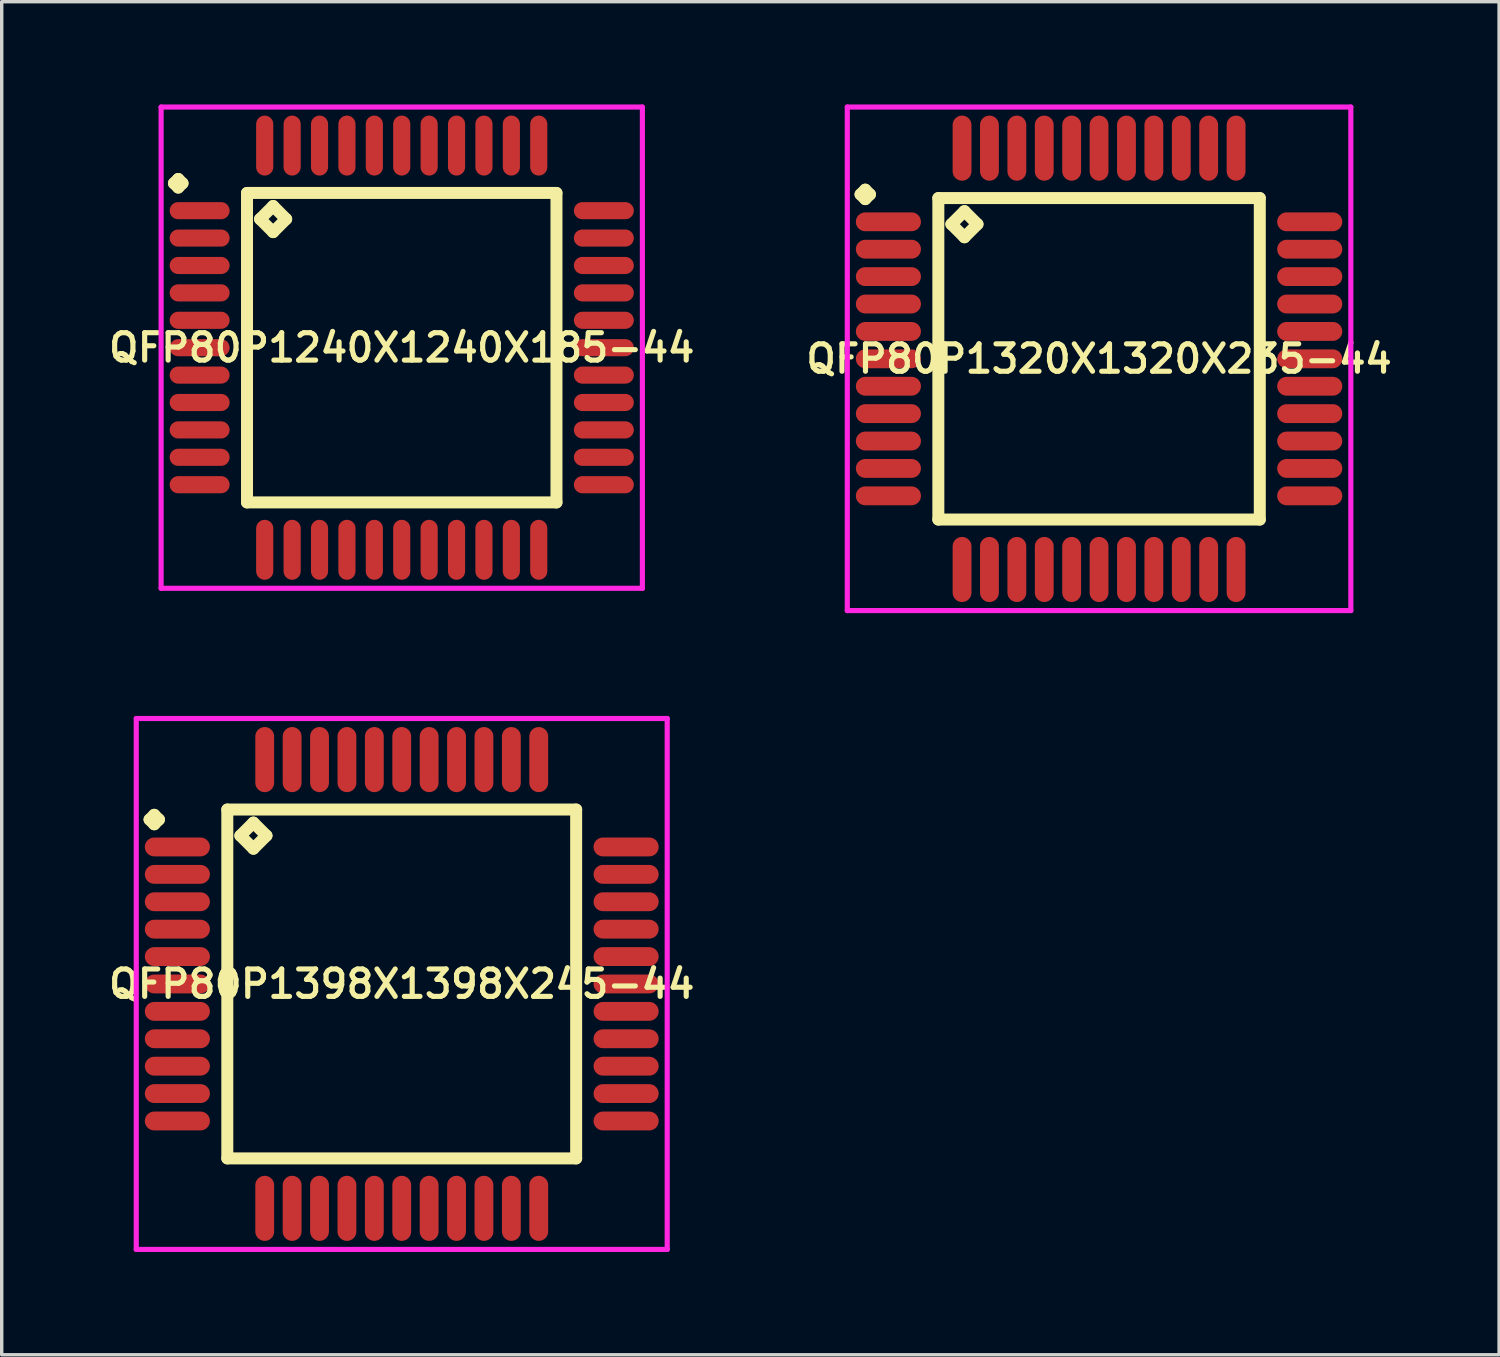
<source format=kicad_pcb>
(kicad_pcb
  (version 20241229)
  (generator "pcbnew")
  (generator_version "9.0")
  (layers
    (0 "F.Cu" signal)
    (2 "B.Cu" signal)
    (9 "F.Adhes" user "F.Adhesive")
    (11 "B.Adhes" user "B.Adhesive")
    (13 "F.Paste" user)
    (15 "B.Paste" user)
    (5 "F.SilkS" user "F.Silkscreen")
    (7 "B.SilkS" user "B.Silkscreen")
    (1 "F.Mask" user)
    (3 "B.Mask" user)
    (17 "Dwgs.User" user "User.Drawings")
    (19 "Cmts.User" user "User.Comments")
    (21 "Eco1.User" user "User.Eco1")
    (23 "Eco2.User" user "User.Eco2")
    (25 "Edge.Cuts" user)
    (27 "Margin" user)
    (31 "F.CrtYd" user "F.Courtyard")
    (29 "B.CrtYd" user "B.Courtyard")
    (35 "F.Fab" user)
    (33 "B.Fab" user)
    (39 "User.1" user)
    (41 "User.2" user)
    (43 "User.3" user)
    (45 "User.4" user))
  (footprint "QFP80P1320X1320X235-44"
    (layer "F.Cu")
    (at 29.035 7.425)
    (property "Reference" "QFP80P1320X1320X235-44" (at 0 0 0) (layer "F.SilkS") (effects (font (size 0.8 0.8) (thickness 0.15))))
    (attr smd)
    (fp_line (start -6.963 -4.8) (end -6.825 -4.938) (stroke (width 0.35) (type solid)) (layer "F.SilkS"))
    (fp_line (start -6.825 -4.938) (end -6.688 -4.8) (stroke (width 0.35) (type solid)) (layer "F.SilkS"))
    (fp_line (start -6.825 -4.662) (end -6.963 -4.8) (stroke (width 0.35) (type solid)) (layer "F.SilkS"))
    (fp_line (start -6.688 -4.8) (end -6.825 -4.662) (stroke (width 0.35) (type solid)) (layer "F.SilkS"))
    (fp_line (start -4.692 -4.692) (end -4.692 4.692) (stroke (width 0.35) (type solid)) (layer "F.SilkS"))
    (fp_line (start -4.692 4.692) (end 4.692 4.692) (stroke (width 0.35) (type solid)) (layer "F.SilkS"))
    (fp_line (start -4.311 -3.93) (end -3.93 -4.311) (stroke (width 0.35) (type solid)) (layer "F.SilkS"))
    (fp_line (start -3.93 -4.311) (end -3.549 -3.93) (stroke (width 0.35) (type solid)) (layer "F.SilkS"))
    (fp_line (start -3.93 -3.549) (end -4.311 -3.93) (stroke (width 0.35) (type solid)) (layer "F.SilkS"))
    (fp_line (start -3.549 -3.93) (end -3.93 -3.549) (stroke (width 0.35) (type solid)) (layer "F.SilkS"))
    (fp_line (start 4.692 -4.692) (end -4.692 -4.692) (stroke (width 0.35) (type solid)) (layer "F.SilkS"))
    (fp_line (start 4.692 4.692) (end 4.692 -4.692) (stroke (width 0.35) (type solid)) (layer "F.SilkS"))
    (fp_line (start -7.35 -7.35) (end 7.35 -7.35) (stroke (width 0.15) (type solid)) (layer "F.CrtYd"))
    (fp_line (start -7.35 7.35) (end -7.35 -7.35) (stroke (width 0.15) (type solid)) (layer "F.CrtYd"))
    (fp_line (start 7.35 -7.35) (end 7.35 7.35) (stroke (width 0.15) (type solid)) (layer "F.CrtYd"))
    (fp_line (start 7.35 7.35) (end -7.35 7.35) (stroke (width 0.15) (type solid)) (layer "F.CrtYd"))
    (pad "1" smd oval (at -6.15 -4) (size 1.9 0.55) (layers "F.Cu" "F.Mask" "F.Paste"))
    (pad "2" smd oval (at -6.15 -3.2) (size 1.9 0.55) (layers "F.Cu" "F.Mask" "F.Paste"))
    (pad "3" smd oval (at -6.15 -2.4) (size 1.9 0.55) (layers "F.Cu" "F.Mask" "F.Paste"))
    (pad "4" smd oval (at -6.15 -1.6) (size 1.9 0.55) (layers "F.Cu" "F.Mask" "F.Paste"))
    (pad "5" smd oval (at -6.15 -0.8) (size 1.9 0.55) (layers "F.Cu" "F.Mask" "F.Paste"))
    (pad "6" smd oval (at -6.15 0) (size 1.9 0.55) (layers "F.Cu" "F.Mask" "F.Paste"))
    (pad "7" smd oval (at -6.15 0.8) (size 1.9 0.55) (layers "F.Cu" "F.Mask" "F.Paste"))
    (pad "8" smd oval (at -6.15 1.6) (size 1.9 0.55) (layers "F.Cu" "F.Mask" "F.Paste"))
    (pad "9" smd oval (at -6.15 2.4) (size 1.9 0.55) (layers "F.Cu" "F.Mask" "F.Paste"))
    (pad "10" smd oval (at -6.15 3.2) (size 1.9 0.55) (layers "F.Cu" "F.Mask" "F.Paste"))
    (pad "11" smd oval (at -6.15 4) (size 1.9 0.55) (layers "F.Cu" "F.Mask" "F.Paste"))
    (pad "12" smd oval (at -4 6.15) (size 0.55 1.9) (layers "F.Cu" "F.Mask" "F.Paste"))
    (pad "13" smd oval (at -3.2 6.15) (size 0.55 1.9) (layers "F.Cu" "F.Mask" "F.Paste"))
    (pad "14" smd oval (at -2.4 6.15) (size 0.55 1.9) (layers "F.Cu" "F.Mask" "F.Paste"))
    (pad "15" smd oval (at -1.6 6.15) (size 0.55 1.9) (layers "F.Cu" "F.Mask" "F.Paste"))
    (pad "16" smd oval (at -0.8 6.15) (size 0.55 1.9) (layers "F.Cu" "F.Mask" "F.Paste"))
    (pad "17" smd oval (at 0 6.15) (size 0.55 1.9) (layers "F.Cu" "F.Mask" "F.Paste"))
    (pad "18" smd oval (at 0.8 6.15) (size 0.55 1.9) (layers "F.Cu" "F.Mask" "F.Paste"))
    (pad "19" smd oval (at 1.6 6.15) (size 0.55 1.9) (layers "F.Cu" "F.Mask" "F.Paste"))
    (pad "20" smd oval (at 2.4 6.15) (size 0.55 1.9) (layers "F.Cu" "F.Mask" "F.Paste"))
    (pad "21" smd oval (at 3.2 6.15) (size 0.55 1.9) (layers "F.Cu" "F.Mask" "F.Paste"))
    (pad "22" smd oval (at 4 6.15) (size 0.55 1.9) (layers "F.Cu" "F.Mask" "F.Paste"))
    (pad "23" smd oval (at 6.15 4) (size 1.9 0.55) (layers "F.Cu" "F.Mask" "F.Paste"))
    (pad "24" smd oval (at 6.15 3.2) (size 1.9 0.55) (layers "F.Cu" "F.Mask" "F.Paste"))
    (pad "25" smd oval (at 6.15 2.4) (size 1.9 0.55) (layers "F.Cu" "F.Mask" "F.Paste"))
    (pad "26" smd oval (at 6.15 1.6) (size 1.9 0.55) (layers "F.Cu" "F.Mask" "F.Paste"))
    (pad "27" smd oval (at 6.15 0.8) (size 1.9 0.55) (layers "F.Cu" "F.Mask" "F.Paste"))
    (pad "28" smd oval (at 6.15 0) (size 1.9 0.55) (layers "F.Cu" "F.Mask" "F.Paste"))
    (pad "29" smd oval (at 6.15 -0.8) (size 1.9 0.55) (layers "F.Cu" "F.Mask" "F.Paste"))
    (pad "30" smd oval (at 6.15 -1.6) (size 1.9 0.55) (layers "F.Cu" "F.Mask" "F.Paste"))
    (pad "31" smd oval (at 6.15 -2.4) (size 1.9 0.55) (layers "F.Cu" "F.Mask" "F.Paste"))
    (pad "32" smd oval (at 6.15 -3.2) (size 1.9 0.55) (layers "F.Cu" "F.Mask" "F.Paste"))
    (pad "33" smd oval (at 6.15 -4) (size 1.9 0.55) (layers "F.Cu" "F.Mask" "F.Paste"))
    (pad "34" smd oval (at 4 -6.15) (size 0.55 1.9) (layers "F.Cu" "F.Mask" "F.Paste"))
    (pad "35" smd oval (at 3.2 -6.15) (size 0.55 1.9) (layers "F.Cu" "F.Mask" "F.Paste"))
    (pad "36" smd oval (at 2.4 -6.15) (size 0.55 1.9) (layers "F.Cu" "F.Mask" "F.Paste"))
    (pad "37" smd oval (at 1.6 -6.15) (size 0.55 1.9) (layers "F.Cu" "F.Mask" "F.Paste"))
    (pad "38" smd oval (at 0.8 -6.15) (size 0.55 1.9) (layers "F.Cu" "F.Mask" "F.Paste"))
    (pad "39" smd oval (at 0 -6.15) (size 0.55 1.9) (layers "F.Cu" "F.Mask" "F.Paste"))
    (pad "40" smd oval (at -0.8 -6.15) (size 0.55 1.9) (layers "F.Cu" "F.Mask" "F.Paste"))
    (pad "41" smd oval (at -1.6 -6.15) (size 0.55 1.9) (layers "F.Cu" "F.Mask" "F.Paste"))
    (pad "42" smd oval (at -2.4 -6.15) (size 0.55 1.9) (layers "F.Cu" "F.Mask" "F.Paste"))
    (pad "43" smd oval (at -3.2 -6.15) (size 0.55 1.9) (layers "F.Cu" "F.Mask" "F.Paste"))
    (pad "44" smd oval (at -4 -6.15) (size 0.55 1.9) (layers "F.Cu" "F.Mask" "F.Paste")))
  (footprint "QFP80P1240X1240X185-44"
    (layer "F.Cu")
    (at 8.678 7.1)
    (property "Reference" "QFP80P1240X1240X185-44" (at 0 0 0) (layer "F.SilkS") (effects (font (size 0.8 0.8) (thickness 0.15))))
    (attr through_hole)
    (fp_line (start -6.65 -4.8) (end -6.525 -4.925) (stroke (width 0.35) (type solid)) (layer "F.SilkS"))
    (fp_line (start -6.525 -4.925) (end -6.4 -4.8) (stroke (width 0.35) (type solid)) (layer "F.SilkS"))
    (fp_line (start -6.525 -4.675) (end -6.65 -4.8) (stroke (width 0.35) (type solid)) (layer "F.SilkS"))
    (fp_line (start -6.4 -4.8) (end -6.525 -4.675) (stroke (width 0.35) (type solid)) (layer "F.SilkS"))
    (fp_line (start -4.517 -4.517) (end -4.517 4.517) (stroke (width 0.35) (type solid)) (layer "F.SilkS"))
    (fp_line (start -4.517 4.517) (end 4.517 4.517) (stroke (width 0.35) (type solid)) (layer "F.SilkS"))
    (fp_line (start -4.136 -3.755) (end -3.755 -4.136) (stroke (width 0.35) (type solid)) (layer "F.SilkS"))
    (fp_line (start -3.755 -4.136) (end -3.374 -3.755) (stroke (width 0.35) (type solid)) (layer "F.SilkS"))
    (fp_line (start -3.755 -3.374) (end -4.136 -3.755) (stroke (width 0.35) (type solid)) (layer "F.SilkS"))
    (fp_line (start -3.374 -3.755) (end -3.755 -3.374) (stroke (width 0.35) (type solid)) (layer "F.SilkS"))
    (fp_line (start 4.517 -4.517) (end -4.517 -4.517) (stroke (width 0.35) (type solid)) (layer "F.SilkS"))
    (fp_line (start 4.517 4.517) (end 4.517 -4.517) (stroke (width 0.35) (type solid)) (layer "F.SilkS"))
    (fp_line (start -7.025 -7.025) (end 7.025 -7.025) (stroke (width 0.15) (type solid)) (layer "F.CrtYd"))
    (fp_line (start -7.025 7.025) (end -7.025 -7.025) (stroke (width 0.15) (type solid)) (layer "F.CrtYd"))
    (fp_line (start 7.025 -7.025) (end 7.025 7.025) (stroke (width 0.15) (type solid)) (layer "F.CrtYd"))
    (fp_line (start 7.025 7.025) (end -7.025 7.025) (stroke (width 0.15) (type solid)) (layer "F.CrtYd"))
    (pad "1" smd oval (at -5.9 -4) (size 1.75 0.5) (layers "F.Cu" "F.Mask" "F.Paste"))
    (pad "2" smd oval (at -5.9 -3.2) (size 1.75 0.5) (layers "F.Cu" "F.Mask" "F.Paste"))
    (pad "3" smd oval (at -5.9 -2.4) (size 1.75 0.5) (layers "F.Cu" "F.Mask" "F.Paste"))
    (pad "4" smd oval (at -5.9 -1.6) (size 1.75 0.5) (layers "F.Cu" "F.Mask" "F.Paste"))
    (pad "5" smd oval (at -5.9 -0.8) (size 1.75 0.5) (layers "F.Cu" "F.Mask" "F.Paste"))
    (pad "6" smd oval (at -5.9 0) (size 1.75 0.5) (layers "F.Cu" "F.Mask" "F.Paste"))
    (pad "7" smd oval (at -5.9 0.8) (size 1.75 0.5) (layers "F.Cu" "F.Mask" "F.Paste"))
    (pad "8" smd oval (at -5.9 1.6) (size 1.75 0.5) (layers "F.Cu" "F.Mask" "F.Paste"))
    (pad "9" smd oval (at -5.9 2.4) (size 1.75 0.5) (layers "F.Cu" "F.Mask" "F.Paste"))
    (pad "10" smd oval (at -5.9 3.2) (size 1.75 0.5) (layers "F.Cu" "F.Mask" "F.Paste"))
    (pad "11" smd oval (at -5.9 4) (size 1.75 0.5) (layers "F.Cu" "F.Mask" "F.Paste"))
    (pad "12" smd oval (at -4 5.9) (size 0.5 1.75) (layers "F.Cu" "F.Mask" "F.Paste"))
    (pad "13" smd oval (at -3.2 5.9) (size 0.5 1.75) (layers "F.Cu" "F.Mask" "F.Paste"))
    (pad "14" smd oval (at -2.4 5.9) (size 0.5 1.75) (layers "F.Cu" "F.Mask" "F.Paste"))
    (pad "15" smd oval (at -1.6 5.9) (size 0.5 1.75) (layers "F.Cu" "F.Mask" "F.Paste"))
    (pad "16" smd oval (at -0.8 5.9) (size 0.5 1.75) (layers "F.Cu" "F.Mask" "F.Paste"))
    (pad "17" smd oval (at 0 5.9) (size 0.5 1.75) (layers "F.Cu" "F.Mask" "F.Paste"))
    (pad "18" smd oval (at 0.8 5.9) (size 0.5 1.75) (layers "F.Cu" "F.Mask" "F.Paste"))
    (pad "19" smd oval (at 1.6 5.9) (size 0.5 1.75) (layers "F.Cu" "F.Mask" "F.Paste"))
    (pad "20" smd oval (at 2.4 5.9) (size 0.5 1.75) (layers "F.Cu" "F.Mask" "F.Paste"))
    (pad "21" smd oval (at 3.2 5.9) (size 0.5 1.75) (layers "F.Cu" "F.Mask" "F.Paste"))
    (pad "22" smd oval (at 4 5.9) (size 0.5 1.75) (layers "F.Cu" "F.Mask" "F.Paste"))
    (pad "23" smd oval (at 5.9 4) (size 1.75 0.5) (layers "F.Cu" "F.Mask" "F.Paste"))
    (pad "24" smd oval (at 5.9 3.2) (size 1.75 0.5) (layers "F.Cu" "F.Mask" "F.Paste"))
    (pad "25" smd oval (at 5.9 2.4) (size 1.75 0.5) (layers "F.Cu" "F.Mask" "F.Paste"))
    (pad "26" smd oval (at 5.9 1.6) (size 1.75 0.5) (layers "F.Cu" "F.Mask" "F.Paste"))
    (pad "27" smd oval (at 5.9 0.8) (size 1.75 0.5) (layers "F.Cu" "F.Mask" "F.Paste"))
    (pad "28" smd oval (at 5.9 0) (size 1.75 0.5) (layers "F.Cu" "F.Mask" "F.Paste"))
    (pad "29" smd oval (at 5.9 -0.8) (size 1.75 0.5) (layers "F.Cu" "F.Mask" "F.Paste"))
    (pad "30" smd oval (at 5.9 -1.6) (size 1.75 0.5) (layers "F.Cu" "F.Mask" "F.Paste"))
    (pad "31" smd oval (at 5.9 -2.4) (size 1.75 0.5) (layers "F.Cu" "F.Mask" "F.Paste"))
    (pad "32" smd oval (at 5.9 -3.2) (size 1.75 0.5) (layers "F.Cu" "F.Mask" "F.Paste"))
    (pad "33" smd oval (at 5.9 -4) (size 1.75 0.5) (layers "F.Cu" "F.Mask" "F.Paste"))
    (pad "34" smd oval (at 4 -5.9) (size 0.5 1.75) (layers "F.Cu" "F.Mask" "F.Paste"))
    (pad "35" smd oval (at 3.2 -5.9) (size 0.5 1.75) (layers "F.Cu" "F.Mask" "F.Paste"))
    (pad "36" smd oval (at 2.4 -5.9) (size 0.5 1.75) (layers "F.Cu" "F.Mask" "F.Paste"))
    (pad "37" smd oval (at 1.6 -5.9) (size 0.5 1.75) (layers "F.Cu" "F.Mask" "F.Paste"))
    (pad "38" smd oval (at 0.8 -5.9) (size 0.5 1.75) (layers "F.Cu" "F.Mask" "F.Paste"))
    (pad "39" smd oval (at 0 -5.9) (size 0.5 1.75) (layers "F.Cu" "F.Mask" "F.Paste"))
    (pad "40" smd oval (at -0.8 -5.9) (size 0.5 1.75) (layers "F.Cu" "F.Mask" "F.Paste"))
    (pad "41" smd oval (at -1.6 -5.9) (size 0.5 1.75) (layers "F.Cu" "F.Mask" "F.Paste"))
    (pad "42" smd oval (at -2.4 -5.9) (size 0.5 1.75) (layers "F.Cu" "F.Mask" "F.Paste"))
    (pad "43" smd oval (at -3.2 -5.9) (size 0.5 1.75) (layers "F.Cu" "F.Mask" "F.Paste"))
    (pad "44" smd oval (at -4 -5.9) (size 0.5 1.75) (layers "F.Cu" "F.Mask" "F.Paste")))
  (footprint "QFP80P1398X1398X245-44"
    (layer "F.Cu")
    (at 8.678 25.675)
    (property "Reference" "QFP80P1398X1398X245-44" (at 0 0 0) (layer "F.SilkS") (effects (font (size 0.8 0.8) (thickness 0.15))))
    (attr smd)
    (fp_line (start -7.362 -4.8) (end -7.225 -4.938) (stroke (width 0.35) (type solid)) (layer "F.SilkS"))
    (fp_line (start -7.225 -4.938) (end -7.088 -4.8) (stroke (width 0.35) (type solid)) (layer "F.SilkS"))
    (fp_line (start -7.225 -4.662) (end -7.362 -4.8) (stroke (width 0.35) (type solid)) (layer "F.SilkS"))
    (fp_line (start -7.088 -4.8) (end -7.225 -4.662) (stroke (width 0.35) (type solid)) (layer "F.SilkS"))
    (fp_line (start -5.092 -5.092) (end -5.092 5.092) (stroke (width 0.35) (type solid)) (layer "F.SilkS"))
    (fp_line (start -5.092 5.092) (end 5.092 5.092) (stroke (width 0.35) (type solid)) (layer "F.SilkS"))
    (fp_line (start -4.711 -4.33) (end -4.33 -4.711) (stroke (width 0.35) (type solid)) (layer "F.SilkS"))
    (fp_line (start -4.33 -4.711) (end -3.949 -4.33) (stroke (width 0.35) (type solid)) (layer "F.SilkS"))
    (fp_line (start -4.33 -3.949) (end -4.711 -4.33) (stroke (width 0.35) (type solid)) (layer "F.SilkS"))
    (fp_line (start -3.949 -4.33) (end -4.33 -3.949) (stroke (width 0.35) (type solid)) (layer "F.SilkS"))
    (fp_line (start 5.092 -5.092) (end -5.092 -5.092) (stroke (width 0.35) (type solid)) (layer "F.SilkS"))
    (fp_line (start 5.092 5.092) (end 5.092 -5.092) (stroke (width 0.35) (type solid)) (layer "F.SilkS"))
    (fp_line (start -7.75 -7.75) (end 7.75 -7.75) (stroke (width 0.15) (type solid)) (layer "F.CrtYd"))
    (fp_line (start -7.75 7.75) (end -7.75 -7.75) (stroke (width 0.15) (type solid)) (layer "F.CrtYd"))
    (fp_line (start 7.75 -7.75) (end 7.75 7.75) (stroke (width 0.15) (type solid)) (layer "F.CrtYd"))
    (fp_line (start 7.75 7.75) (end -7.75 7.75) (stroke (width 0.15) (type solid)) (layer "F.CrtYd"))
    (pad "1" smd oval (at -6.55 -4) (size 1.9 0.55) (layers "F.Cu" "F.Mask" "F.Paste"))
    (pad "2" smd oval (at -6.55 -3.2) (size 1.9 0.55) (layers "F.Cu" "F.Mask" "F.Paste"))
    (pad "3" smd oval (at -6.55 -2.4) (size 1.9 0.55) (layers "F.Cu" "F.Mask" "F.Paste"))
    (pad "4" smd oval (at -6.55 -1.6) (size 1.9 0.55) (layers "F.Cu" "F.Mask" "F.Paste"))
    (pad "5" smd oval (at -6.55 -0.8) (size 1.9 0.55) (layers "F.Cu" "F.Mask" "F.Paste"))
    (pad "6" smd oval (at -6.55 0) (size 1.9 0.55) (layers "F.Cu" "F.Mask" "F.Paste"))
    (pad "7" smd oval (at -6.55 0.8) (size 1.9 0.55) (layers "F.Cu" "F.Mask" "F.Paste"))
    (pad "8" smd oval (at -6.55 1.6) (size 1.9 0.55) (layers "F.Cu" "F.Mask" "F.Paste"))
    (pad "9" smd oval (at -6.55 2.4) (size 1.9 0.55) (layers "F.Cu" "F.Mask" "F.Paste"))
    (pad "10" smd oval (at -6.55 3.2) (size 1.9 0.55) (layers "F.Cu" "F.Mask" "F.Paste"))
    (pad "11" smd oval (at -6.55 4) (size 1.9 0.55) (layers "F.Cu" "F.Mask" "F.Paste"))
    (pad "12" smd oval (at -4 6.55) (size 0.55 1.9) (layers "F.Cu" "F.Mask" "F.Paste"))
    (pad "13" smd oval (at -3.2 6.55) (size 0.55 1.9) (layers "F.Cu" "F.Mask" "F.Paste"))
    (pad "14" smd oval (at -2.4 6.55) (size 0.55 1.9) (layers "F.Cu" "F.Mask" "F.Paste"))
    (pad "15" smd oval (at -1.6 6.55) (size 0.55 1.9) (layers "F.Cu" "F.Mask" "F.Paste"))
    (pad "16" smd oval (at -0.8 6.55) (size 0.55 1.9) (layers "F.Cu" "F.Mask" "F.Paste"))
    (pad "17" smd oval (at 0 6.55) (size 0.55 1.9) (layers "F.Cu" "F.Mask" "F.Paste"))
    (pad "18" smd oval (at 0.8 6.55) (size 0.55 1.9) (layers "F.Cu" "F.Mask" "F.Paste"))
    (pad "19" smd oval (at 1.6 6.55) (size 0.55 1.9) (layers "F.Cu" "F.Mask" "F.Paste"))
    (pad "20" smd oval (at 2.4 6.55) (size 0.55 1.9) (layers "F.Cu" "F.Mask" "F.Paste"))
    (pad "21" smd oval (at 3.2 6.55) (size 0.55 1.9) (layers "F.Cu" "F.Mask" "F.Paste"))
    (pad "22" smd oval (at 4 6.55) (size 0.55 1.9) (layers "F.Cu" "F.Mask" "F.Paste"))
    (pad "23" smd oval (at 6.55 4) (size 1.9 0.55) (layers "F.Cu" "F.Mask" "F.Paste"))
    (pad "24" smd oval (at 6.55 3.2) (size 1.9 0.55) (layers "F.Cu" "F.Mask" "F.Paste"))
    (pad "25" smd oval (at 6.55 2.4) (size 1.9 0.55) (layers "F.Cu" "F.Mask" "F.Paste"))
    (pad "26" smd oval (at 6.55 1.6) (size 1.9 0.55) (layers "F.Cu" "F.Mask" "F.Paste"))
    (pad "27" smd oval (at 6.55 0.8) (size 1.9 0.55) (layers "F.Cu" "F.Mask" "F.Paste"))
    (pad "28" smd oval (at 6.55 0) (size 1.9 0.55) (layers "F.Cu" "F.Mask" "F.Paste"))
    (pad "29" smd oval (at 6.55 -0.8) (size 1.9 0.55) (layers "F.Cu" "F.Mask" "F.Paste"))
    (pad "30" smd oval (at 6.55 -1.6) (size 1.9 0.55) (layers "F.Cu" "F.Mask" "F.Paste"))
    (pad "31" smd oval (at 6.55 -2.4) (size 1.9 0.55) (layers "F.Cu" "F.Mask" "F.Paste"))
    (pad "32" smd oval (at 6.55 -3.2) (size 1.9 0.55) (layers "F.Cu" "F.Mask" "F.Paste"))
    (pad "33" smd oval (at 6.55 -4) (size 1.9 0.55) (layers "F.Cu" "F.Mask" "F.Paste"))
    (pad "34" smd oval (at 4 -6.55) (size 0.55 1.9) (layers "F.Cu" "F.Mask" "F.Paste"))
    (pad "35" smd oval (at 3.2 -6.55) (size 0.55 1.9) (layers "F.Cu" "F.Mask" "F.Paste"))
    (pad "36" smd oval (at 2.4 -6.55) (size 0.55 1.9) (layers "F.Cu" "F.Mask" "F.Paste"))
    (pad "37" smd oval (at 1.6 -6.55) (size 0.55 1.9) (layers "F.Cu" "F.Mask" "F.Paste"))
    (pad "38" smd oval (at 0.8 -6.55) (size 0.55 1.9) (layers "F.Cu" "F.Mask" "F.Paste"))
    (pad "39" smd oval (at 0 -6.55) (size 0.55 1.9) (layers "F.Cu" "F.Mask" "F.Paste"))
    (pad "40" smd oval (at -0.8 -6.55) (size 0.55 1.9) (layers "F.Cu" "F.Mask" "F.Paste"))
    (pad "41" smd oval (at -1.6 -6.55) (size 0.55 1.9) (layers "F.Cu" "F.Mask" "F.Paste"))
    (pad "42" smd oval (at -2.4 -6.55) (size 0.55 1.9) (layers "F.Cu" "F.Mask" "F.Paste"))
    (pad "43" smd oval (at -3.2 -6.55) (size 0.55 1.9) (layers "F.Cu" "F.Mask" "F.Paste"))
    (pad "44" smd oval (at -4 -6.55) (size 0.55 1.9) (layers "F.Cu" "F.Mask" "F.Paste")))
  (gr_rect
    (start -3 -3)
    (end 40.713 36.5)
    (stroke (width 0.1) (type default))
    (fill no)
    (layer "Edge.Cuts")))
</source>
